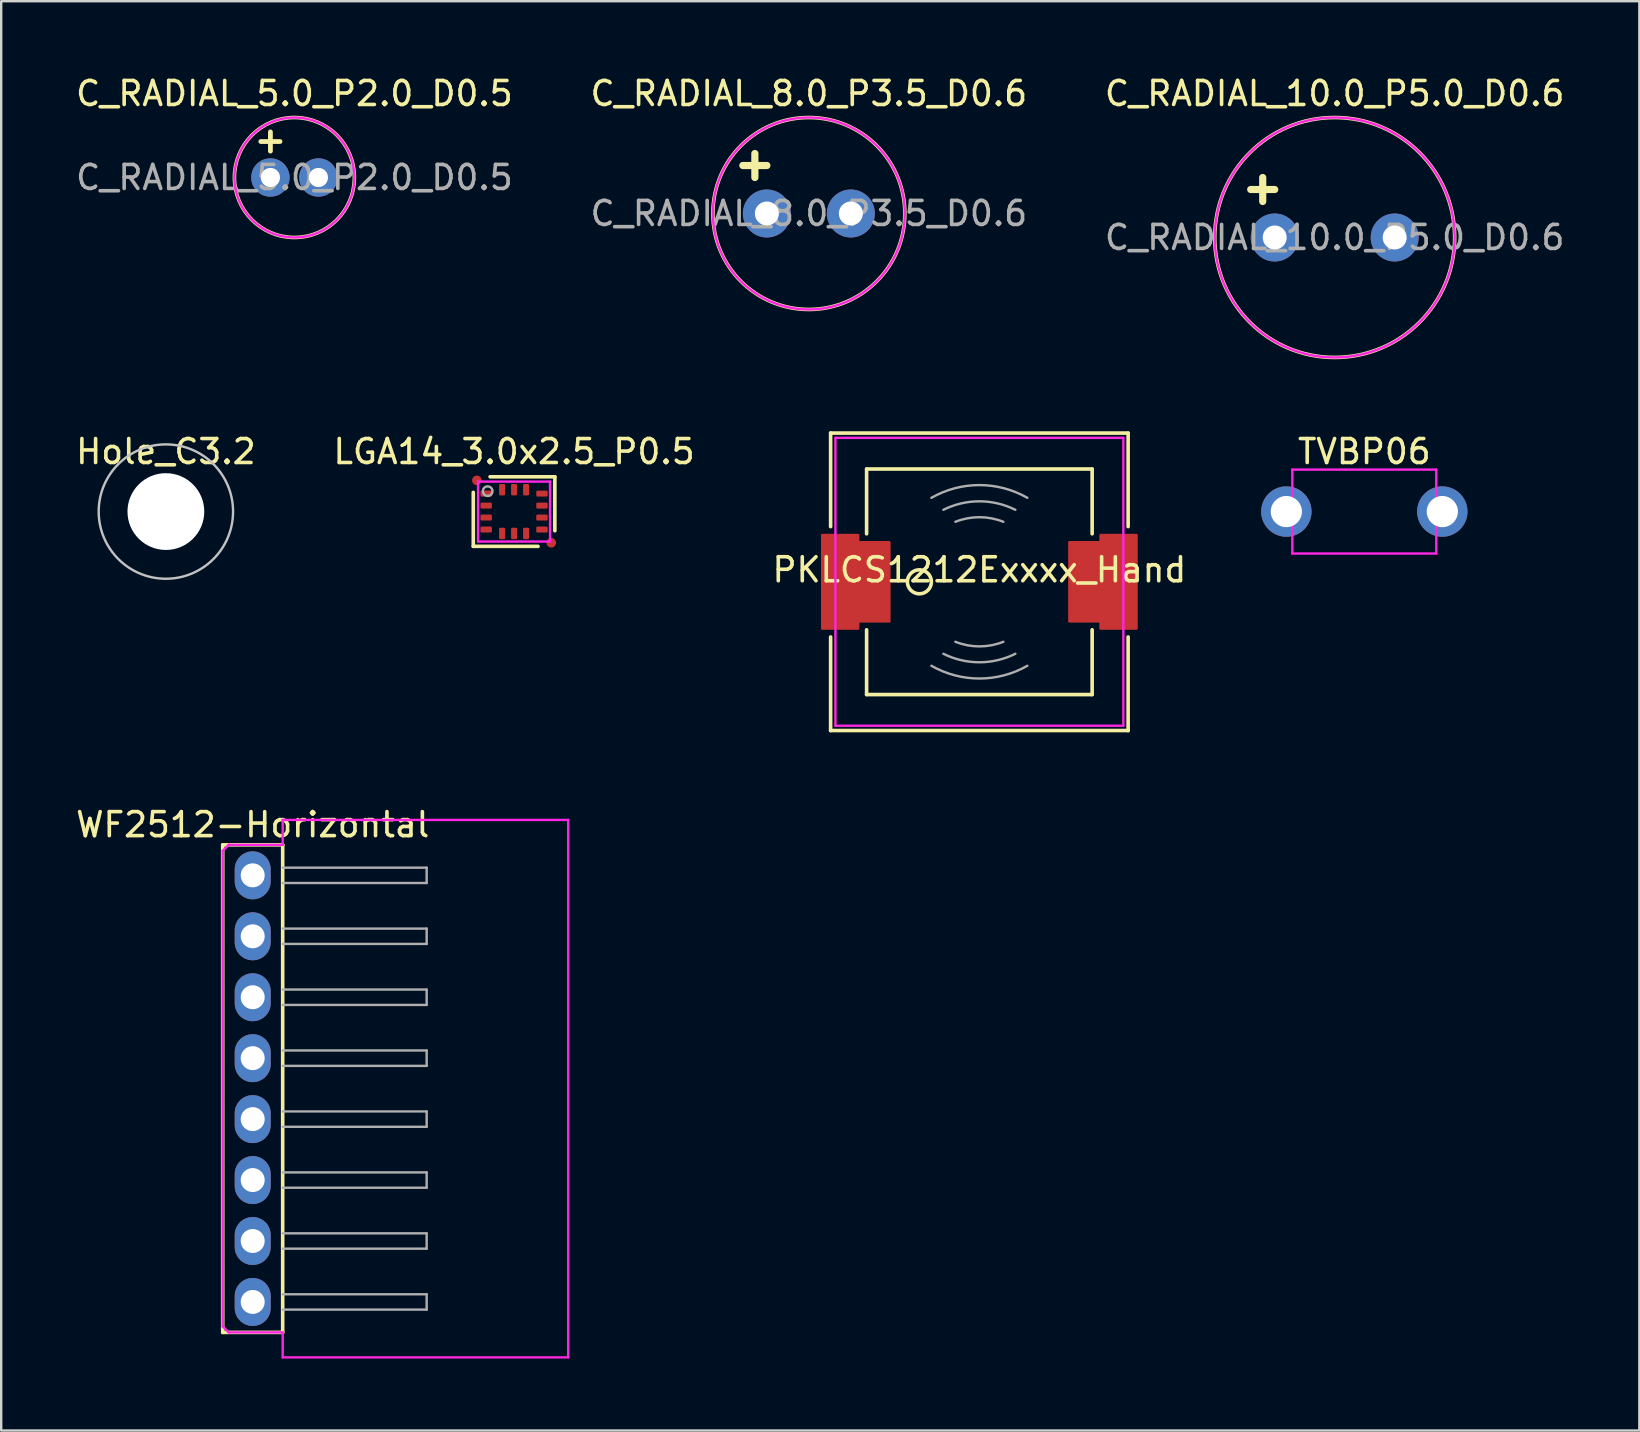
<source format=kicad_pcb>
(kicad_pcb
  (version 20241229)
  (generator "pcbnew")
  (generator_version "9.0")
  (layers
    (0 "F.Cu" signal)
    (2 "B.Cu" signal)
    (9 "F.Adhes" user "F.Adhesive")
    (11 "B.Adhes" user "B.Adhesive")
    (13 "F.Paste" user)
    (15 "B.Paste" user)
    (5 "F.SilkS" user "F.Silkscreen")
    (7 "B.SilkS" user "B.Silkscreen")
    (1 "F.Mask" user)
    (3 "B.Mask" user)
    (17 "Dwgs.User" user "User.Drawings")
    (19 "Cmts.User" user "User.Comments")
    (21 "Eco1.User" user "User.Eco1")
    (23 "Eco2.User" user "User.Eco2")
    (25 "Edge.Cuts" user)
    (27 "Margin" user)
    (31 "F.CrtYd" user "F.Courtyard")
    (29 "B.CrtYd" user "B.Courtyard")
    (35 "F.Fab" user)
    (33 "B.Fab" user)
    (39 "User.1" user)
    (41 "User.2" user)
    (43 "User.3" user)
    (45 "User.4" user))
  (footprint "TVBP06"
    (layer "F.Cu")
    (at 53.812 18.271)
    (property "Reference" "TVBP06" (at 0 -2.5 0) (layer "F.SilkS") (effects (font (size 1 1) (thickness 0.15))))
    (attr through_hole)
    (fp_line (start -3 -1.75) (end 3 -1.75) (stroke (width 0.1) (type solid)) (layer "F.CrtYd"))
    (fp_line (start -3 1.75) (end -3 -1.75) (stroke (width 0.1) (type solid)) (layer "F.CrtYd"))
    (fp_line (start 3 -1.75) (end 3 1.75) (stroke (width 0.1) (type solid)) (layer "F.CrtYd"))
    (fp_line (start 3 1.75) (end -3 1.75) (stroke (width 0.1) (type solid)) (layer "F.CrtYd"))
    (pad "1" thru_hole circle (at -3.25 0) (size 2.1 2.1) (drill 1.3) (layers "*.Cu" "*.Mask"))
    (pad "2" thru_hole circle (at 3.25 0) (size 2.1 2.1) (drill 1.3) (layers "*.Cu" "*.Mask")))
  (footprint "C_RADIAL_5.0_P2.0_D0.5"
    (layer "F.Cu")
    (at 9.22 4.348)
    (property "Reference" "C_RADIAL_5.0_P2.0_D0.5" (at 0 -3.5 0) (layer "F.SilkS") (effects (font (size 1 1) (thickness 0.15))))
    (attr through_hole)
    (fp_line (start -1.4 -1.5) (end -0.6 -1.5) (stroke (width 0.2) (type solid)) (layer "F.SilkS"))
    (fp_line (start -1 -1.9) (end -1 -1.1) (stroke (width 0.2) (type solid)) (layer "F.SilkS"))
    (fp_circle (center 0 0) (end 2.5 0) (stroke (width 0.15) (type solid)) (fill no) (layer "F.SilkS"))
    (fp_circle (center 0 0) (end 2.5 0) (stroke (width 0.1) (type solid)) (fill no) (layer "F.CrtYd"))
    (fp_text user "${REFERENCE}" (at 0 0 0) (layer "F.Fab") (effects (font (size 1 1) (thickness 0.15))))
    (pad "1" thru_hole circle (at -1 0) (size 1.6 1.6) (drill 0.8) (layers "*.Cu" "*.Mask"))
    (pad "2" thru_hole circle (at 1 0) (size 1.6 1.6) (drill 0.8) (layers "*.Cu" "*.Mask")))
  (footprint "WF2512-Horizontal"
    (layer "F.Cu")
    (at 7.482 42.322)
    (property "Reference" "WF2512-Horizontal" (at 0 -11 0) (layer "F.SilkS") (effects (font (size 1 1) (thickness 0.15))))
    (attr through_hole)
    (fp_line (start -1.25 -10.16) (end -1.25 10.16) (stroke (width 0.15) (type solid)) (layer "F.SilkS"))
    (fp_line (start -1.25 10.16) (end 1.25 10.16) (stroke (width 0.15) (type solid)) (layer "F.SilkS"))
    (fp_line (start 1.25 -10.16) (end -1.25 -10.16) (stroke (width 0.15) (type solid)) (layer "F.SilkS"))
    (fp_line (start 1.25 -10.16) (end 1.25 10.16) (stroke (width 0.15) (type solid)) (layer "F.SilkS"))
    (fp_line (start -1.25 -9.91) (end -1.25 9.91) (stroke (width 0.1) (type solid)) (layer "F.CrtYd"))
    (fp_line (start -1.25 -9.91) (end -1 -10.16) (stroke (width 0.1) (type solid)) (layer "F.CrtYd"))
    (fp_line (start -1 10.16) (end -1.25 9.91) (stroke (width 0.1) (type solid)) (layer "F.CrtYd"))
    (fp_line (start -1 10.16) (end 1.25 10.16) (stroke (width 0.1) (type solid)) (layer "F.CrtYd"))
    (fp_line (start 1.25 -11.2) (end 1.25 -10.16) (stroke (width 0.1) (type solid)) (layer "F.CrtYd"))
    (fp_line (start 1.25 -11.2) (end 13.15 -11.2) (stroke (width 0.1) (type solid)) (layer "F.CrtYd"))
    (fp_line (start 1.25 -10.16) (end -1 -10.16) (stroke (width 0.1) (type solid)) (layer "F.CrtYd"))
    (fp_line (start 1.25 10.16) (end 1.25 11.2) (stroke (width 0.1) (type solid)) (layer "F.CrtYd"))
    (fp_line (start 1.25 11.2) (end 13.15 11.2) (stroke (width 0.1) (type solid)) (layer "F.CrtYd"))
    (fp_line (start 13.15 11.2) (end 13.15 -11.2) (stroke (width 0.1) (type solid)) (layer "F.CrtYd"))
    (fp_line (start 1.25 -9.21) (end 7.25 -9.21) (stroke (width 0.1) (type solid)) (layer "F.Fab"))
    (fp_line (start 1.25 -8.57) (end 7.25 -8.57) (stroke (width 0.1) (type solid)) (layer "F.Fab"))
    (fp_line (start 1.25 -6.67) (end 7.25 -6.67) (stroke (width 0.1) (type solid)) (layer "F.Fab"))
    (fp_line (start 1.25 -6.03) (end 7.25 -6.03) (stroke (width 0.1) (type solid)) (layer "F.Fab"))
    (fp_line (start 1.25 -4.13) (end 7.25 -4.13) (stroke (width 0.1) (type solid)) (layer "F.Fab"))
    (fp_line (start 1.25 -3.49) (end 7.25 -3.49) (stroke (width 0.1) (type solid)) (layer "F.Fab"))
    (fp_line (start 1.25 -1.59) (end 7.25 -1.59) (stroke (width 0.1) (type solid)) (layer "F.Fab"))
    (fp_line (start 1.25 -0.95) (end 7.25 -0.95) (stroke (width 0.1) (type solid)) (layer "F.Fab"))
    (fp_line (start 1.25 0.95) (end 7.25 0.95) (stroke (width 0.1) (type solid)) (layer "F.Fab"))
    (fp_line (start 1.25 1.59) (end 7.25 1.59) (stroke (width 0.1) (type solid)) (layer "F.Fab"))
    (fp_line (start 1.25 3.49) (end 7.25 3.49) (stroke (width 0.1) (type solid)) (layer "F.Fab"))
    (fp_line (start 1.25 4.13) (end 7.25 4.13) (stroke (width 0.1) (type solid)) (layer "F.Fab"))
    (fp_line (start 1.25 6.03) (end 7.25 6.03) (stroke (width 0.1) (type solid)) (layer "F.Fab"))
    (fp_line (start 1.25 6.67) (end 7.25 6.67) (stroke (width 0.1) (type solid)) (layer "F.Fab"))
    (fp_line (start 1.25 8.57) (end 7.25 8.57) (stroke (width 0.1) (type solid)) (layer "F.Fab"))
    (fp_line (start 1.25 9.21) (end 7.25 9.21) (stroke (width 0.1) (type solid)) (layer "F.Fab"))
    (fp_line (start 7.25 -9.21) (end 7.25 -8.57) (stroke (width 0.1) (type solid)) (layer "F.Fab"))
    (fp_line (start 7.25 -6.67) (end 7.25 -6.03) (stroke (width 0.1) (type solid)) (layer "F.Fab"))
    (fp_line (start 7.25 -4.13) (end 7.25 -3.49) (stroke (width 0.1) (type solid)) (layer "F.Fab"))
    (fp_line (start 7.25 -1.59) (end 7.25 -0.95) (stroke (width 0.1) (type solid)) (layer "F.Fab"))
    (fp_line (start 7.25 0.95) (end 7.25 1.59) (stroke (width 0.1) (type solid)) (layer "F.Fab"))
    (fp_line (start 7.25 3.49) (end 7.25 4.13) (stroke (width 0.1) (type solid)) (layer "F.Fab"))
    (fp_line (start 7.25 6.03) (end 7.25 6.67) (stroke (width 0.1) (type solid)) (layer "F.Fab"))
    (fp_line (start 7.25 8.57) (end 7.25 9.21) (stroke (width 0.1) (type solid)) (layer "F.Fab"))
    (pad "1" thru_hole oval (at 0 8.89) (size 1.5 2) (drill 1) (layers "*.Cu" "*.Mask"))
    (pad "2" thru_hole oval (at 0 6.35) (size 1.5 2) (drill 1) (layers "*.Cu" "*.Mask"))
    (pad "3" thru_hole oval (at 0 3.81) (size 1.5 2) (drill 1) (layers "*.Cu" "*.Mask"))
    (pad "4" thru_hole oval (at 0 1.27) (size 1.5 2) (drill 1) (layers "*.Cu" "*.Mask"))
    (pad "5" thru_hole oval (at 0 -1.27) (size 1.5 2) (drill 1) (layers "*.Cu" "*.Mask"))
    (pad "6" thru_hole oval (at 0 -3.81) (size 1.5 2) (drill 1) (layers "*.Cu" "*.Mask"))
    (pad "7" thru_hole oval (at 0 -6.35) (size 1.5 2) (drill 1) (layers "*.Cu" "*.Mask"))
    (pad "8" thru_hole oval (at 0 -8.89) (size 1.5 2) (drill 1) (layers "*.Cu" "*.Mask")))
  (footprint "C_RADIAL_8.0_P3.5_D0.6"
    (layer "F.Cu")
    (at 30.661 5.848)
    (property "Reference" "C_RADIAL_8.0_P3.5_D0.6" (at 0 -5 0) (layer "F.SilkS") (effects (font (size 1 1) (thickness 0.15))))
    (attr through_hole)
    (fp_line (start -2.75 -2) (end -1.75 -2) (stroke (width 0.3) (type solid)) (layer "F.SilkS"))
    (fp_line (start -2.25 -2.5) (end -2.25 -1.5) (stroke (width 0.3) (type solid)) (layer "F.SilkS"))
    (fp_circle (center 0 0) (end 4 0) (stroke (width 0.15) (type solid)) (fill no) (layer "F.SilkS"))
    (fp_circle (center 0 0) (end 4 0) (stroke (width 0.1) (type solid)) (fill no) (layer "F.CrtYd"))
    (fp_text user "${REFERENCE}" (at 0 0 0) (layer "F.Fab") (effects (font (size 1 1) (thickness 0.15))))
    (pad "1" thru_hole circle (at -1.75 0) (size 2 2) (drill 1) (layers "*.Cu" "*.Mask"))
    (pad "2" thru_hole circle (at 1.75 0) (size 2 2) (drill 1) (layers "*.Cu" "*.Mask")))
  (footprint "LGA14_3.0x2.5_P0.5"
    (layer "F.Cu")
    (at 18.375 18.271)
    (property "Reference" "LGA14_3.0x2.5_P0.5" (at 0 -2.5 0) (layer "F.SilkS") (effects (font (size 1 1) (thickness 0.15))))
    (attr smd)
    (fp_line (start -1.7 -0.8) (end -1.7 1.45) (stroke (width 0.15) (type solid)) (layer "F.SilkS"))
    (fp_line (start -1.7 1.45) (end 1 1.45) (stroke (width 0.15) (type solid)) (layer "F.SilkS"))
    (fp_line (start -1 -1.45) (end 1.7 -1.45) (stroke (width 0.15) (type solid)) (layer "F.SilkS"))
    (fp_line (start 1.7 -1.45) (end 1.7 0.8) (stroke (width 0.15) (type solid)) (layer "F.SilkS"))
    (fp_line (start -1.5 -1.25) (end -1.5 1.25) (stroke (width 0.1) (type solid)) (layer "F.CrtYd"))
    (fp_line (start -1.5 1.25) (end 1.5 1.25) (stroke (width 0.1) (type solid)) (layer "F.CrtYd"))
    (fp_line (start 1.5 -1.25) (end -1.5 -1.25) (stroke (width 0.1) (type solid)) (layer "F.CrtYd"))
    (fp_line (start 1.5 1.25) (end 1.5 -1.25) (stroke (width 0.1) (type solid)) (layer "F.CrtYd"))
    (fp_circle (center -1.1 -0.85) (end -0.9 -0.85) (stroke (width 0.1) (type solid)) (fill no) (layer "F.Fab"))
    (pad "1" smd roundrect (at -1.163 -0.75) (size 0.475 0.25) (layers "F.Cu" "F.Mask" "F.Paste") (roundrect_rratio 0.2))
    (pad "2" smd roundrect (at -1.163 -0.25) (size 0.475 0.25) (layers "F.Cu" "F.Mask" "F.Paste") (roundrect_rratio 0.2))
    (pad "3" smd roundrect (at -1.163 0.25) (size 0.475 0.25) (layers "F.Cu" "F.Mask" "F.Paste") (roundrect_rratio 0.2))
    (pad "4" smd roundrect (at -1.163 0.75) (size 0.475 0.25) (layers "F.Cu" "F.Mask" "F.Paste") (roundrect_rratio 0.2))
    (pad "5" smd roundrect (at -0.5 0.912) (size 0.25 0.475) (layers "F.Cu" "F.Mask" "F.Paste") (roundrect_rratio 0.2))
    (pad "6" smd roundrect (at 0 0.912) (size 0.25 0.475) (layers "F.Cu" "F.Mask" "F.Paste") (roundrect_rratio 0.2))
    (pad "7" smd roundrect (at 0.5 0.912) (size 0.25 0.475) (layers "F.Cu" "F.Mask" "F.Paste") (roundrect_rratio 0.2))
    (pad "8" smd roundrect (at 1.163 0.75) (size 0.475 0.25) (layers "F.Cu" "F.Mask" "F.Paste") (roundrect_rratio 0.2))
    (pad "9" smd roundrect (at 1.163 0.25) (size 0.475 0.25) (layers "F.Cu" "F.Mask" "F.Paste") (roundrect_rratio 0.2))
    (pad "10" smd roundrect (at 1.163 -0.25) (size 0.475 0.25) (layers "F.Cu" "F.Mask" "F.Paste") (roundrect_rratio 0.2))
    (pad "11" smd roundrect (at 1.163 -0.75) (size 0.475 0.25) (layers "F.Cu" "F.Mask" "F.Paste") (roundrect_rratio 0.2))
    (pad "12" smd roundrect (at 0.5 -0.912) (size 0.25 0.475) (layers "F.Cu" "F.Mask" "F.Paste") (roundrect_rratio 0.2))
    (pad "13" smd roundrect (at 0 -0.912) (size 0.25 0.475) (layers "F.Cu" "F.Mask" "F.Paste") (roundrect_rratio 0.2))
    (pad "14" smd roundrect (at -0.5 -0.912) (size 0.25 0.475) (layers "F.Cu" "F.Mask" "F.Paste") (roundrect_rratio 0.2))
    (pad "M" smd circle (at -1.55 -1.3) (size 0.4 0.4) (layers "F.Cu" "F.Mask"))
    (pad "M" smd circle (at 1.55 1.3) (size 0.4 0.4) (layers "F.Cu" "F.Mask")))
  (footprint "C_RADIAL_10.0_P5.0_D0.6"
    (layer "F.Cu")
    (at 52.577 6.848)
    (property "Reference" "C_RADIAL_10.0_P5.0_D0.6" (at 0 -6 0) (layer "F.SilkS") (effects (font (size 1 1) (thickness 0.15))))
    (attr through_hole)
    (fp_line (start -3.5 -2) (end -2.5 -2) (stroke (width 0.3) (type solid)) (layer "F.SilkS"))
    (fp_line (start -3 -2.5) (end -3 -1.5) (stroke (width 0.3) (type solid)) (layer "F.SilkS"))
    (fp_circle (center 0 0) (end 5 0) (stroke (width 0.15) (type solid)) (fill no) (layer "F.SilkS"))
    (fp_circle (center 0 0) (end 5 0) (stroke (width 0.1) (type solid)) (fill no) (layer "F.CrtYd"))
    (fp_text user "${REFERENCE}" (at 0 0 0) (layer "F.Fab") (effects (font (size 1 1) (thickness 0.15))))
    (pad "1" thru_hole circle (at -2.5 0) (size 2 2) (drill 1) (layers "*.Cu" "*.Mask"))
    (pad "2" thru_hole circle (at 2.5 0) (size 2 2) (drill 1) (layers "*.Cu" "*.Mask")))
  (footprint "Hole_C3.2"
    (layer "F.Cu")
    (at 3.863 18.271)
    (property "Reference" "Hole_C3.2" (at 0 -2.5 0) (layer "F.SilkS") (effects (font (size 1 1) (thickness 0.15))))
    (attr exclude_from_pos_files exclude_from_bom)
    (fp_circle (center 0 0) (end 2.8 0) (stroke (width 0.1) (type solid)) (fill no) (layer "Dwgs.User"))
    (pad "" np_thru_hole circle (at 0 0) (size 3.2 3.2) (drill 3.2) (layers "*.Cu" "*.Mask")))
  (footprint "PKLCS1212Exxxx_Hand"
    (layer "F.Cu")
    (at 37.768 21.198)
    (property "Reference" "PKLCS1212Exxxx_Hand" (at 0 -0.5 0) (layer "F.SilkS") (effects (font (size 1 1) (thickness 0.15))))
    (attr smd)
    (fp_line (start -6.2 -6.2) (end 6.2 -6.2) (stroke (width 0.15) (type solid)) (layer "F.SilkS"))
    (fp_line (start -6.2 -2.3) (end -6.2 -6.2) (stroke (width 0.15) (type solid)) (layer "F.SilkS"))
    (fp_line (start -6.2 6.2) (end -6.2 2.3) (stroke (width 0.15) (type solid)) (layer "F.SilkS"))
    (fp_line (start -4.7 -4.7) (end 4.7 -4.7) (stroke (width 0.15) (type solid)) (layer "F.SilkS"))
    (fp_line (start -4.7 -2) (end -4.7 -4.7) (stroke (width 0.15) (type solid)) (layer "F.SilkS"))
    (fp_line (start -4.7 4.7) (end -4.7 2) (stroke (width 0.15) (type solid)) (layer "F.SilkS"))
    (fp_line (start 4.7 -4.7) (end 4.7 -2) (stroke (width 0.15) (type solid)) (layer "F.SilkS"))
    (fp_line (start 4.7 2) (end 4.7 4.7) (stroke (width 0.15) (type solid)) (layer "F.SilkS"))
    (fp_line (start 4.7 4.7) (end -4.7 4.7) (stroke (width 0.15) (type solid)) (layer "F.SilkS"))
    (fp_line (start 6.2 -6.2) (end 6.2 -2.3) (stroke (width 0.15) (type solid)) (layer "F.SilkS"))
    (fp_line (start 6.2 2.3) (end 6.2 6.2) (stroke (width 0.15) (type solid)) (layer "F.SilkS"))
    (fp_line (start 6.2 6.2) (end -6.2 6.2) (stroke (width 0.15) (type solid)) (layer "F.SilkS"))
    (fp_circle (center -2.5 0) (end -2 0) (stroke (width 0.15) (type solid)) (fill no) (layer "F.SilkS"))
    (fp_line (start -6 -6) (end -6 6) (stroke (width 0.1) (type solid)) (layer "F.CrtYd"))
    (fp_line (start -6 6) (end 6 6) (stroke (width 0.1) (type solid)) (layer "F.CrtYd"))
    (fp_line (start 6 -6) (end -6 -6) (stroke (width 0.1) (type solid)) (layer "F.CrtYd"))
    (fp_line (start 6 6) (end 6 -6) (stroke (width 0.1) (type solid)) (layer "F.CrtYd"))
    (fp_arc (start -2 -3.499999) (mid 0 -4.031128) (end 1.999999 -3.499999) (stroke (width 0.1) (type solid)) (layer "F.Fab"))
    (fp_arc (start -1.5 -2.999999) (mid 0 -3.354101) (end 1.499999 -2.999999) (stroke (width 0.1) (type solid)) (layer "F.Fab"))
    (fp_arc (start -1 -2.499999) (mid 0 -2.692581) (end 0.999999 -2.499999) (stroke (width 0.1) (type solid)) (layer "F.Fab"))
    (fp_arc (start 1 2.499999) (mid 0 2.692581) (end -0.999999 2.499999) (stroke (width 0.1) (type solid)) (layer "F.Fab"))
    (fp_arc (start 1.5 2.999999) (mid 0 3.354101) (end -1.499999 2.999999) (stroke (width 0.1) (type solid)) (layer "F.Fab"))
    (fp_arc (start 2 3.499999) (mid 0 4.031128) (end -1.999999 3.499999) (stroke (width 0.1) (type solid)) (layer "F.Fab"))
    (pad "1" smd roundrect (at -5.8 0) (size 1.6 4) (layers "F.Cu" "F.Mask") (roundrect_rratio 0.031))
    (pad "1" smd roundrect (at -4.4 0) (size 1.4 3.4) (layers "F.Cu" "F.Mask") (roundrect_rratio 0.038))
    (pad "2" smd roundrect (at 4.4 0) (size 1.4 3.4) (layers "F.Cu" "F.Mask") (roundrect_rratio 0.038))
    (pad "2" smd roundrect (at 5.8 0) (size 1.6 4) (layers "F.Cu" "F.Mask") (roundrect_rratio 0.031)))
  (gr_rect
    (start -3 -3)
    (end 65.274 56.572)
    (stroke (width 0.1) (type default))
    (fill no)
    (layer "Edge.Cuts")))
</source>
